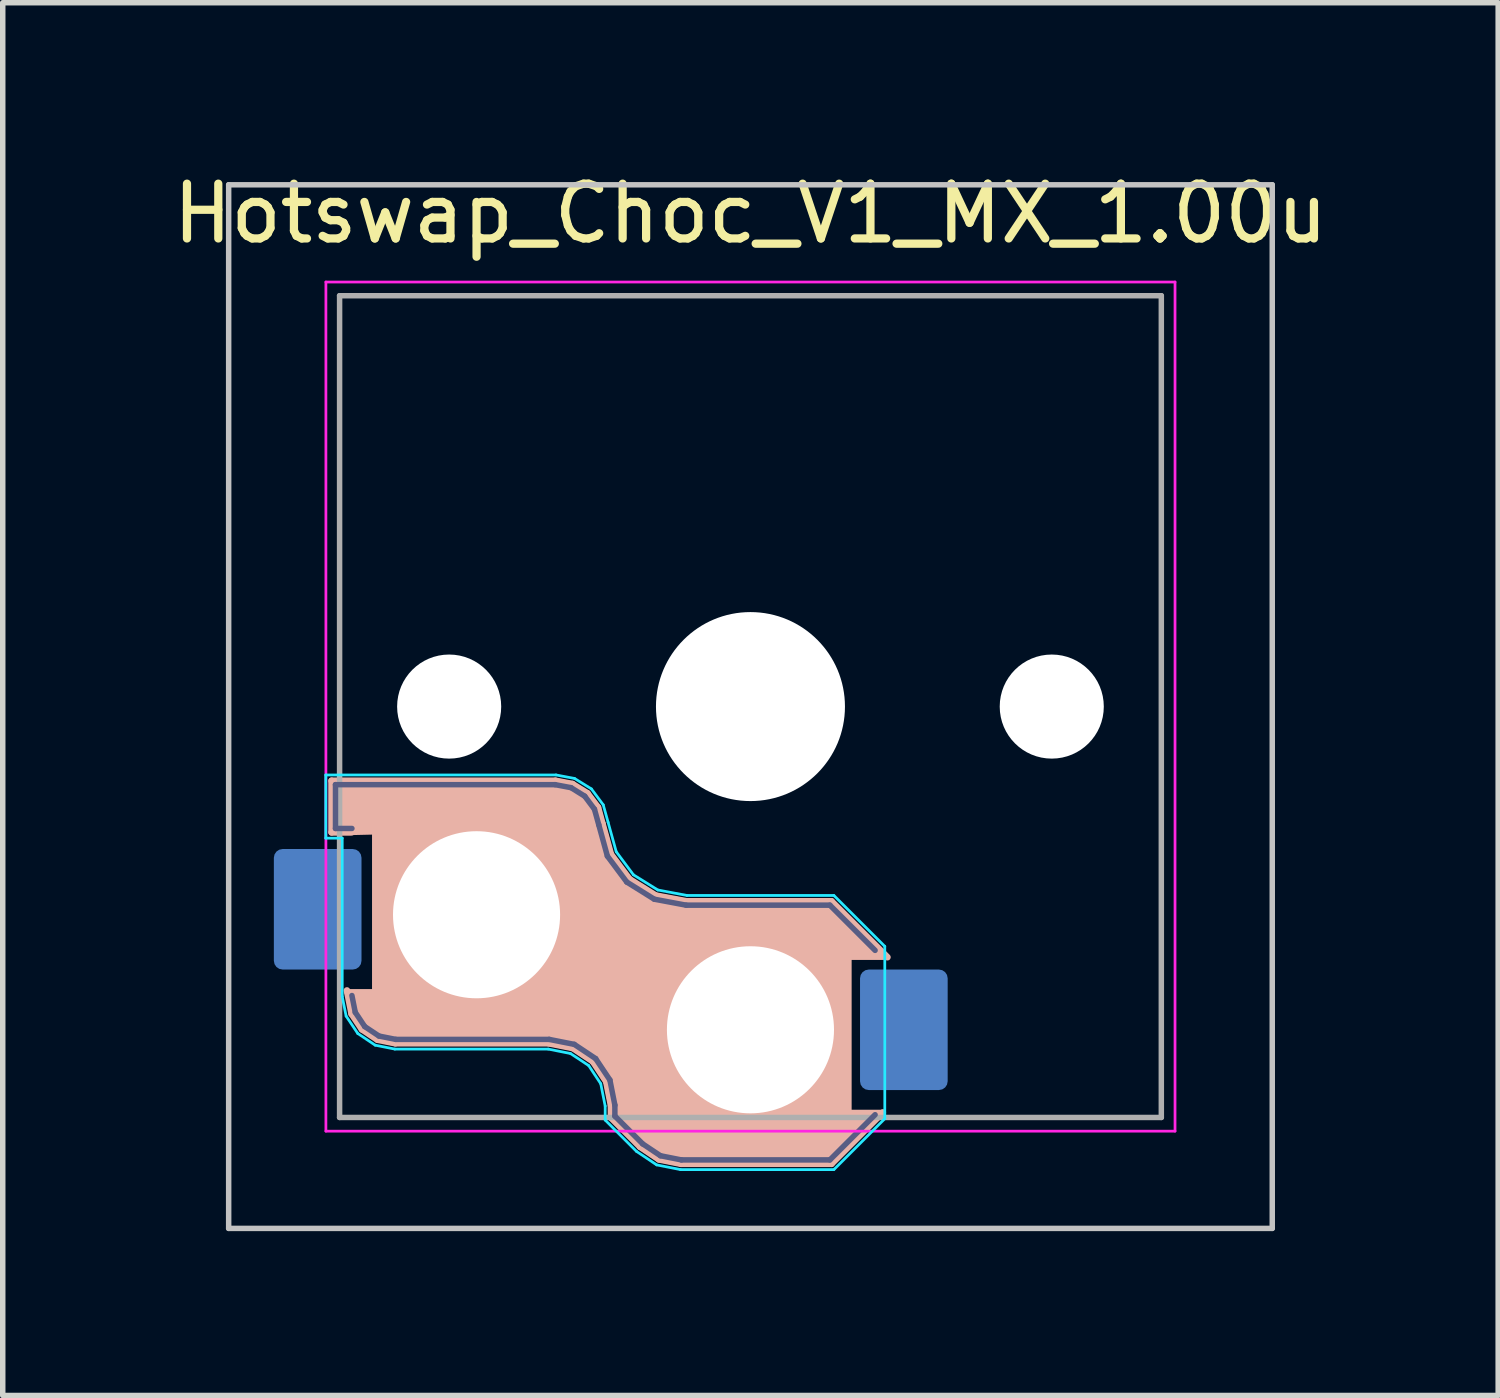
<source format=kicad_pcb>
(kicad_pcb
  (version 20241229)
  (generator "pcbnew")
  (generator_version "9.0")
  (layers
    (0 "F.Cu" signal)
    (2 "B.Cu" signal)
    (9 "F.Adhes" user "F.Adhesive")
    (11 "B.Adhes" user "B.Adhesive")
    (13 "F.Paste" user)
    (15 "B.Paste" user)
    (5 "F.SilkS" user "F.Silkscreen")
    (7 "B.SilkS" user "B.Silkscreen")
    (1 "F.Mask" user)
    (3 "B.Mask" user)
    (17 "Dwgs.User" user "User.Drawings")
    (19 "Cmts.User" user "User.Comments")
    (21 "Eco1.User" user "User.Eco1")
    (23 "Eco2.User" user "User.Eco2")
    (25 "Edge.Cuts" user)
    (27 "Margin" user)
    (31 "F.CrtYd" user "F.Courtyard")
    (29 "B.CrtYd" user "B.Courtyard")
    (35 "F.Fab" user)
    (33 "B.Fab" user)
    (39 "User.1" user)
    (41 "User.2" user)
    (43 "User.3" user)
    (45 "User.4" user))
  (footprint "Hotswap_Choc_V1_MX_1.00u"
    (layer "F.Cu")
    (at 10.649 9.848)
    (property "Reference" "Hotswap_Choc_V1_MX_1.00u" (at 0 -9 0) (layer "F.SilkS") (effects (font (size 1 1) (thickness 0.15))))
    (attr smd)
    (fp_line (start -7.646 1.354) (end -3.56 1.354) (stroke (width 0.12) (type solid)) (layer "B.SilkS"))
    (fp_line (start -7.646 2.296) (end -7.646 1.354) (stroke (width 0.12) (type solid)) (layer "B.SilkS"))
    (fp_line (start -7.283 2.296) (end -7.646 2.296) (stroke (width 0.12) (type solid)) (layer "B.SilkS"))
    (fp_line (start -7.281 5.609) (end -7.366 5.182) (stroke (width 0.12) (type solid)) (layer "B.SilkS"))
    (fp_line (start -7.092 5.892) (end -7.281 5.609) (stroke (width 0.12) (type solid)) (layer "B.SilkS"))
    (fp_line (start -6.809 6.081) (end -7.092 5.892) (stroke (width 0.12) (type solid)) (layer "B.SilkS"))
    (fp_line (start -6.482 6.146) (end -6.809 6.081) (stroke (width 0.12) (type solid)) (layer "B.SilkS"))
    (fp_line (start -3.682 6.146) (end -6.482 6.146) (stroke (width 0.12) (type solid)) (layer "B.SilkS"))
    (fp_line (start -3.56 1.354) (end -3.25 1.413) (stroke (width 0.12) (type solid)) (layer "B.SilkS"))
    (fp_line (start -3.25 1.413) (end -2.976 1.583) (stroke (width 0.12) (type solid)) (layer "B.SilkS"))
    (fp_line (start -3.244 6.233) (end -3.682 6.146) (stroke (width 0.12) (type solid)) (layer "B.SilkS"))
    (fp_line (start -2.976 1.583) (end -2.783 1.841) (stroke (width 0.12) (type solid)) (layer "B.SilkS"))
    (fp_line (start -2.877 6.477) (end -3.244 6.233) (stroke (width 0.12) (type solid)) (layer "B.SilkS"))
    (fp_line (start -2.783 1.841) (end -2.701 2.139) (stroke (width 0.12) (type solid)) (layer "B.SilkS"))
    (fp_line (start -2.701 2.139) (end -2.547 2.697) (stroke (width 0.12) (type solid)) (layer "B.SilkS"))
    (fp_line (start -2.633 6.844) (end -2.877 6.477) (stroke (width 0.12) (type solid)) (layer "B.SilkS"))
    (fp_line (start -2.547 2.697) (end -2.209 3.15) (stroke (width 0.12) (type solid)) (layer "B.SilkS"))
    (fp_line (start -2.546 7.282) (end -2.633 6.844) (stroke (width 0.12) (type solid)) (layer "B.SilkS"))
    (fp_line (start -2.546 7.504) (end -2.546 7.282) (stroke (width 0.12) (type solid)) (layer "B.SilkS"))
    (fp_line (start -2.209 3.15) (end -1.73 3.449) (stroke (width 0.12) (type solid)) (layer "B.SilkS"))
    (fp_line (start -2.013 8.037) (end -2.546 7.504) (stroke (width 0.12) (type solid)) (layer "B.SilkS"))
    (fp_line (start -1.73 3.449) (end -1.168 3.554) (stroke (width 0.12) (type solid)) (layer "B.SilkS"))
    (fp_line (start -1.671 8.266) (end -2.013 8.037) (stroke (width 0.12) (type solid)) (layer "B.SilkS"))
    (fp_line (start -1.268 8.346) (end -1.671 8.266) (stroke (width 0.12) (type solid)) (layer "B.SilkS"))
    (fp_line (start -1.168 3.554) (end 1.479 3.554) (stroke (width 0.12) (type solid)) (layer "B.SilkS"))
    (fp_line (start 1.479 3.554) (end 2.5 4.575) (stroke (width 0.12) (type solid)) (layer "B.SilkS"))
    (fp_line (start 1.479 8.346) (end -1.268 8.346) (stroke (width 0.12) (type solid)) (layer "B.SilkS"))
    (fp_line (start 2.416 7.409) (end 1.479 8.346) (stroke (width 0.12) (type solid)) (layer "B.SilkS"))
    (fp_poly (pts (xy 2.416 7.409) (xy 1.797 7.409) (xy 1.797 4.575) (xy 2.5 4.575) (xy 1.479 3.554) (xy -1.168 3.554) (xy -1.73 3.449) (xy -2.209 3.15) (xy -2.547 2.697) (xy -2.783 1.841) (xy -2.976 1.583) (xy -3.25 1.413) (xy -3.56 1.354) (xy -7.646 1.354) (xy -7.646 2.296) (xy -7.283 2.296) (xy -6.858 2.286) (xy -6.858 5.207) (xy -7.366 5.207) (xy -7.186 5.75) (xy -6.95 5.987) (xy -6.646 6.114) (xy -6.482 6.146) (xy -3.682 6.146) (xy -3.244 6.233) (xy -2.877 6.477) (xy -2.633 6.844) (xy -2.546 7.282) (xy -2.546 7.504) (xy -2.013 8.037) (xy -1.671 8.266) (xy -1.268 8.346) (xy 1.479 8.346)) (stroke (width 0.1) (type solid)) (fill yes) (layer "B.SilkS"))
    (fp_line (start -9.525 -9.525) (end -9.525 9.525) (stroke (width 0.1) (type solid)) (layer "Dwgs.User"))
    (fp_line (start -9.525 9.525) (end 9.525 9.525) (stroke (width 0.1) (type solid)) (layer "Dwgs.User"))
    (fp_line (start 9.525 -9.525) (end -9.525 -9.525) (stroke (width 0.1) (type solid)) (layer "Dwgs.User"))
    (fp_line (start 9.525 9.525) (end 9.525 -9.525) (stroke (width 0.1) (type solid)) (layer "Dwgs.User"))
    (fp_line (start -7.25 -7.25) (end -7.25 7.25) (stroke (width 0.1) (type solid)) (layer "Eco1.User"))
    (fp_line (start -7.25 7.25) (end 7.25 7.25) (stroke (width 0.1) (type solid)) (layer "Eco1.User"))
    (fp_line (start 7.25 -7.25) (end -7.25 -7.25) (stroke (width 0.1) (type solid)) (layer "Eco1.User"))
    (fp_line (start 7.25 7.25) (end 7.25 -7.25) (stroke (width 0.1) (type solid)) (layer "Eco1.User"))
    (fp_line (start -7.752 1.248) (end -3.55 1.248) (stroke (width 0.05) (type solid)) (layer "B.CrtYd"))
    (fp_line (start -7.752 2.402) (end -7.752 1.248) (stroke (width 0.05) (type solid)) (layer "B.CrtYd"))
    (fp_line (start -7.452 2.402) (end -7.752 2.402) (stroke (width 0.05) (type solid)) (layer "B.CrtYd"))
    (fp_line (start -7.452 5.292) (end -7.452 2.402) (stroke (width 0.05) (type solid)) (layer "B.CrtYd"))
    (fp_line (start -7.381 5.65) (end -7.452 5.292) (stroke (width 0.05) (type solid)) (layer "B.CrtYd"))
    (fp_line (start -7.168 5.968) (end -7.381 5.65) (stroke (width 0.05) (type solid)) (layer "B.CrtYd"))
    (fp_line (start -6.85 6.181) (end -7.168 5.968) (stroke (width 0.05) (type solid)) (layer "B.CrtYd"))
    (fp_line (start -6.492 6.252) (end -6.85 6.181) (stroke (width 0.05) (type solid)) (layer "B.CrtYd"))
    (fp_line (start -3.692 6.252) (end -6.492 6.252) (stroke (width 0.05) (type solid)) (layer "B.CrtYd"))
    (fp_line (start -3.55 1.248) (end -3.211 1.312) (stroke (width 0.05) (type solid)) (layer "B.CrtYd"))
    (fp_line (start -3.285 6.333) (end -3.692 6.252) (stroke (width 0.05) (type solid)) (layer "B.CrtYd"))
    (fp_line (start -3.211 1.312) (end -2.903 1.503) (stroke (width 0.05) (type solid)) (layer "B.CrtYd"))
    (fp_line (start -2.953 6.553) (end -3.285 6.333) (stroke (width 0.05) (type solid)) (layer "B.CrtYd"))
    (fp_line (start -2.903 1.503) (end -2.687 1.794) (stroke (width 0.05) (type solid)) (layer "B.CrtYd"))
    (fp_line (start -2.733 6.885) (end -2.953 6.553) (stroke (width 0.05) (type solid)) (layer "B.CrtYd"))
    (fp_line (start -2.687 1.794) (end -2.599 2.111) (stroke (width 0.05) (type solid)) (layer "B.CrtYd"))
    (fp_line (start -2.652 7.292) (end -2.733 6.885) (stroke (width 0.05) (type solid)) (layer "B.CrtYd"))
    (fp_line (start -2.652 7.548) (end -2.652 7.292) (stroke (width 0.05) (type solid)) (layer "B.CrtYd"))
    (fp_line (start -2.599 2.111) (end -2.45 2.65) (stroke (width 0.05) (type solid)) (layer "B.CrtYd"))
    (fp_line (start -2.45 2.65) (end -2.136 3.071) (stroke (width 0.05) (type solid)) (layer "B.CrtYd"))
    (fp_line (start -2.136 3.071) (end -1.691 3.348) (stroke (width 0.05) (type solid)) (layer "B.CrtYd"))
    (fp_line (start -2.081 8.119) (end -2.652 7.548) (stroke (width 0.05) (type solid)) (layer "B.CrtYd"))
    (fp_line (start -1.712 8.366) (end -2.081 8.119) (stroke (width 0.05) (type solid)) (layer "B.CrtYd"))
    (fp_line (start -1.691 3.348) (end -1.159 3.448) (stroke (width 0.05) (type solid)) (layer "B.CrtYd"))
    (fp_line (start -1.278 8.452) (end -1.712 8.366) (stroke (width 0.05) (type solid)) (layer "B.CrtYd"))
    (fp_line (start -1.159 3.448) (end 1.523 3.448) (stroke (width 0.05) (type solid)) (layer "B.CrtYd"))
    (fp_line (start 1.523 3.448) (end 2.452 4.377) (stroke (width 0.05) (type solid)) (layer "B.CrtYd"))
    (fp_line (start 1.523 8.452) (end -1.278 8.452) (stroke (width 0.05) (type solid)) (layer "B.CrtYd"))
    (fp_line (start 2.452 4.377) (end 2.452 7.523) (stroke (width 0.05) (type solid)) (layer "B.CrtYd"))
    (fp_line (start 2.452 7.523) (end 1.523 8.452) (stroke (width 0.05) (type solid)) (layer "B.CrtYd"))
    (fp_line (start -7.75 -7.75) (end -7.75 7.75) (stroke (width 0.05) (type solid)) (layer "F.CrtYd"))
    (fp_line (start -7.75 7.75) (end 7.75 7.75) (stroke (width 0.05) (type solid)) (layer "F.CrtYd"))
    (fp_line (start 7.75 -7.75) (end -7.75 -7.75) (stroke (width 0.05) (type solid)) (layer "F.CrtYd"))
    (fp_line (start 7.75 7.75) (end 7.75 -7.75) (stroke (width 0.05) (type solid)) (layer "F.CrtYd"))
    (fp_line (start -7.575 1.425) (end -3.567 1.425) (stroke (width 0.1) (type solid)) (layer "B.Fab"))
    (fp_line (start -7.575 2.225) (end -7.575 1.425) (stroke (width 0.1) (type solid)) (layer "B.Fab"))
    (fp_line (start -7.275 2.225) (end -7.575 2.225) (stroke (width 0.1) (type solid)) (layer "B.Fab"))
    (fp_line (start -7.214 5.581) (end -7.275 5.275) (stroke (width 0.1) (type solid)) (layer "B.Fab"))
    (fp_line (start -7.041 5.841) (end -7.214 5.581) (stroke (width 0.1) (type solid)) (layer "B.Fab"))
    (fp_line (start -6.781 6.014) (end -7.041 5.841) (stroke (width 0.1) (type solid)) (layer "B.Fab"))
    (fp_line (start -6.475 6.075) (end -6.781 6.014) (stroke (width 0.1) (type solid)) (layer "B.Fab"))
    (fp_line (start -3.675 6.075) (end -6.475 6.075) (stroke (width 0.1) (type solid)) (layer "B.Fab"))
    (fp_line (start -3.567 1.425) (end -3.276 1.48) (stroke (width 0.1) (type solid)) (layer "B.Fab"))
    (fp_line (start -3.276 1.48) (end -3.025 1.636) (stroke (width 0.1) (type solid)) (layer "B.Fab"))
    (fp_line (start -3.216 6.166) (end -3.675 6.075) (stroke (width 0.1) (type solid)) (layer "B.Fab"))
    (fp_line (start -3.025 1.636) (end -2.848 1.873) (stroke (width 0.1) (type solid)) (layer "B.Fab"))
    (fp_line (start -2.848 1.873) (end -2.769 2.158) (stroke (width 0.1) (type solid)) (layer "B.Fab"))
    (fp_line (start -2.826 6.426) (end -3.216 6.166) (stroke (width 0.1) (type solid)) (layer "B.Fab"))
    (fp_line (start -2.769 2.158) (end -2.612 2.729) (stroke (width 0.1) (type solid)) (layer "B.Fab"))
    (fp_line (start -2.612 2.729) (end -2.258 3.203) (stroke (width 0.1) (type solid)) (layer "B.Fab"))
    (fp_line (start -2.566 6.816) (end -2.826 6.426) (stroke (width 0.1) (type solid)) (layer "B.Fab"))
    (fp_line (start -2.475 7.275) (end -2.566 6.816) (stroke (width 0.1) (type solid)) (layer "B.Fab"))
    (fp_line (start -2.475 7.475) (end -2.475 7.275) (stroke (width 0.1) (type solid)) (layer "B.Fab"))
    (fp_line (start -2.258 3.203) (end -1.756 3.516) (stroke (width 0.1) (type solid)) (layer "B.Fab"))
    (fp_line (start -1.968 7.982) (end -2.475 7.475) (stroke (width 0.1) (type solid)) (layer "B.Fab"))
    (fp_line (start -1.756 3.516) (end -1.175 3.625) (stroke (width 0.1) (type solid)) (layer "B.Fab"))
    (fp_line (start -1.643 8.199) (end -1.968 7.982) (stroke (width 0.1) (type solid)) (layer "B.Fab"))
    (fp_line (start -1.261 8.275) (end -1.643 8.199) (stroke (width 0.1) (type solid)) (layer "B.Fab"))
    (fp_line (start -1.175 3.625) (end 1.45 3.625) (stroke (width 0.1) (type solid)) (layer "B.Fab"))
    (fp_line (start 1.45 3.625) (end 2.275 4.45) (stroke (width 0.1) (type solid)) (layer "B.Fab"))
    (fp_line (start 1.45 8.275) (end -1.261 8.275) (stroke (width 0.1) (type solid)) (layer "B.Fab"))
    (fp_line (start 2.275 7.45) (end 1.45 8.275) (stroke (width 0.1) (type solid)) (layer "B.Fab"))
    (fp_line (start -7.5 -7.5) (end -7.5 7.5) (stroke (width 0.1) (type solid)) (layer "F.Fab"))
    (fp_line (start -7.5 7.5) (end 7.5 7.5) (stroke (width 0.1) (type solid)) (layer "F.Fab"))
    (fp_line (start 7.5 -7.5) (end -7.5 -7.5) (stroke (width 0.1) (type solid)) (layer "F.Fab"))
    (fp_line (start 7.5 7.5) (end 7.5 -7.5) (stroke (width 0.1) (type solid)) (layer "F.Fab"))
    (pad "" np_thru_hole circle (at -5.5 0 180) (size 1.9 1.9) (drill 1.9) (layers "*.Cu" "*.Mask"))
    (pad "" np_thru_hole circle (at -5 3.8 180) (size 3.05 3.05) (drill 3.05) (layers "*.Cu" "*.Mask"))
    (pad "" np_thru_hole circle (at 0 0 180) (size 3.45 3.45) (drill 3.45) (layers "*.Cu" "*.Mask"))
    (pad "" np_thru_hole circle (at 0 5.9 180) (size 3.05 3.05) (drill 3.05) (layers "*.Cu" "*.Mask"))
    (pad "" np_thru_hole circle (at 5.5 0 180) (size 1.9 1.9) (drill 1.9) (layers "*.Cu" "*.Mask"))
    (pad "1" smd roundrect (at 2.8 5.9 180) (size 1.6 2.2) (layers "B.Cu" "B.Mask" "B.Paste") (roundrect_rratio 0.1))
    (pad "2" smd roundrect (at -7.9 3.7 180) (size 1.6 2.2) (layers "B.Cu" "B.Mask" "B.Paste") (roundrect_rratio 0.1)))
  (gr_rect
    (start -3 -3)
    (end 24.298 22.423)
    (stroke (width 0.1) (type default))
    (fill no)
    (layer "Edge.Cuts")))
</source>
